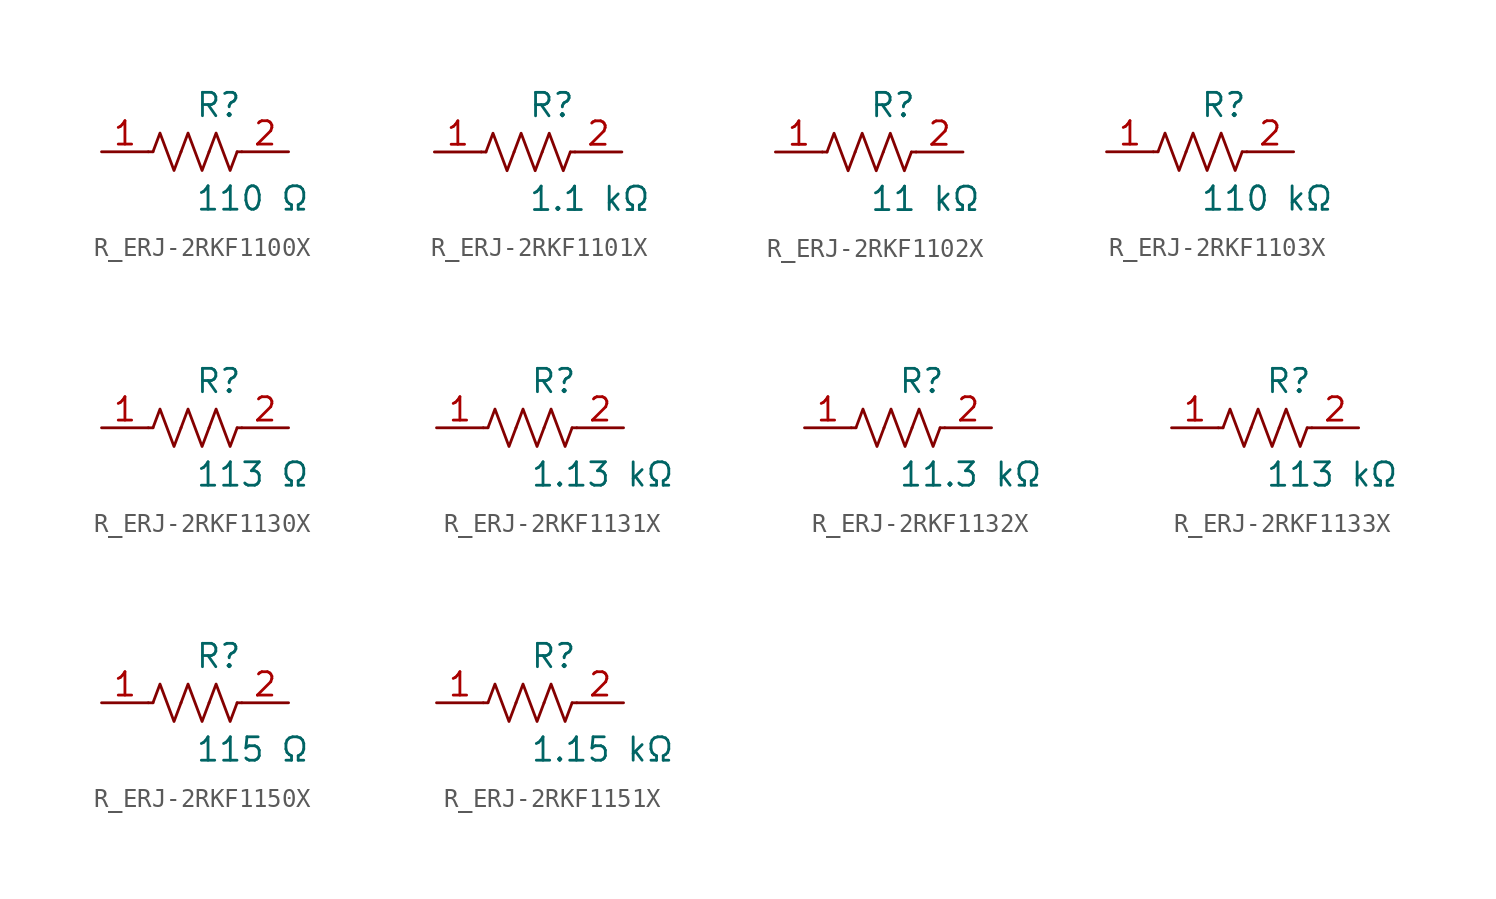
<source format=kicad_sym>
(kicad_symbol_lib
  (version 20231120)
  (generator kicad_symbol_editor)
  (generator_version 8.0)
  (symbol "R_ERJ-2RKF1100X"
    (pin_names
      (offset 0.254))
    (property "Reference" "R"
      (at 0 2.54 0)
      (effects (font (size 1.27 1.27)) (justify left)))
    (property "Value" "110 Ω"
      (at 0 -2.54 0)
      (effects (font (size 1.27 1.27)) (justify left)))
    (symbol "R_ERJ-2RKF1100X_0_1"
      (polyline (pts (xy 2.286 0) (xy 2.54 0)) (stroke (width 0) (type default)) (fill (type none)))
      (polyline (pts (xy -2.286 0) (xy -2.54 0)) (stroke (width 0) (type default)) (fill (type none)))
      (polyline (pts (xy 0.762 0) (xy 1.143 1.016) (xy 1.524 0) (xy 1.905 -1.016) (xy 2.286 0)) (stroke (width 0) (type default)) (fill (type none)))
      (polyline (pts (xy -0.762 0) (xy -0.381 1.016) (xy 0 0) (xy 0.381 -1.016) (xy 0.762 0)) (stroke (width 0) (type default)) (fill (type none)))
      (polyline (pts (xy -2.286 0) (xy -1.905 1.016) (xy -1.524 0) (xy -1.143 -1.016) (xy -0.762 0)) (stroke (width 0) (type default)) (fill (type none))))
    (pin unspecified line
      (at -5.08 0 0)
      (length 2.54)
      (name "" (effects (font (size 1.27 1.27))))
      (number "1" (effects (font (size 1.27 1.27)))))
    (pin unspecified line
      (at 5.08 0 180)
      (length 2.54)
      (name "" (effects (font (size 1.27 1.27))))
      (number "2" (effects (font (size 1.27 1.27))))))
  (symbol "R_ERJ-2RKF1101X"
    (pin_names
      (offset 0.254))
    (property "Reference" "R"
      (at 0 2.54 0)
      (effects (font (size 1.27 1.27)) (justify left)))
    (property "Value" "1.1 kΩ"
      (at 0 -2.54 0)
      (effects (font (size 1.27 1.27)) (justify left)))
    (symbol "R_ERJ-2RKF1101X_0_1"
      (polyline (pts (xy 2.286 0) (xy 2.54 0)) (stroke (width 0) (type default)) (fill (type none)))
      (polyline (pts (xy -2.286 0) (xy -2.54 0)) (stroke (width 0) (type default)) (fill (type none)))
      (polyline (pts (xy 0.762 0) (xy 1.143 1.016) (xy 1.524 0) (xy 1.905 -1.016) (xy 2.286 0)) (stroke (width 0) (type default)) (fill (type none)))
      (polyline (pts (xy -0.762 0) (xy -0.381 1.016) (xy 0 0) (xy 0.381 -1.016) (xy 0.762 0)) (stroke (width 0) (type default)) (fill (type none)))
      (polyline (pts (xy -2.286 0) (xy -1.905 1.016) (xy -1.524 0) (xy -1.143 -1.016) (xy -0.762 0)) (stroke (width 0) (type default)) (fill (type none))))
    (pin unspecified line
      (at -5.08 0 0)
      (length 2.54)
      (name "" (effects (font (size 1.27 1.27))))
      (number "1" (effects (font (size 1.27 1.27)))))
    (pin unspecified line
      (at 5.08 0 180)
      (length 2.54)
      (name "" (effects (font (size 1.27 1.27))))
      (number "2" (effects (font (size 1.27 1.27))))))
  (symbol "R_ERJ-2RKF1102X"
    (pin_names
      (offset 0.254))
    (property "Reference" "R"
      (at 0 2.54 0)
      (effects (font (size 1.27 1.27)) (justify left)))
    (property "Value" "11 kΩ"
      (at 0 -2.54 0)
      (effects (font (size 1.27 1.27)) (justify left)))
    (symbol "R_ERJ-2RKF1102X_0_1"
      (polyline (pts (xy 2.286 0) (xy 2.54 0)) (stroke (width 0) (type default)) (fill (type none)))
      (polyline (pts (xy -2.286 0) (xy -2.54 0)) (stroke (width 0) (type default)) (fill (type none)))
      (polyline (pts (xy 0.762 0) (xy 1.143 1.016) (xy 1.524 0) (xy 1.905 -1.016) (xy 2.286 0)) (stroke (width 0) (type default)) (fill (type none)))
      (polyline (pts (xy -0.762 0) (xy -0.381 1.016) (xy 0 0) (xy 0.381 -1.016) (xy 0.762 0)) (stroke (width 0) (type default)) (fill (type none)))
      (polyline (pts (xy -2.286 0) (xy -1.905 1.016) (xy -1.524 0) (xy -1.143 -1.016) (xy -0.762 0)) (stroke (width 0) (type default)) (fill (type none))))
    (pin unspecified line
      (at -5.08 0 0)
      (length 2.54)
      (name "" (effects (font (size 1.27 1.27))))
      (number "1" (effects (font (size 1.27 1.27)))))
    (pin unspecified line
      (at 5.08 0 180)
      (length 2.54)
      (name "" (effects (font (size 1.27 1.27))))
      (number "2" (effects (font (size 1.27 1.27))))))
  (symbol "R_ERJ-2RKF1103X"
    (pin_names
      (offset 0.254))
    (property "Reference" "R"
      (at 0 2.54 0)
      (effects (font (size 1.27 1.27)) (justify left)))
    (property "Value" "110 kΩ"
      (at 0 -2.54 0)
      (effects (font (size 1.27 1.27)) (justify left)))
    (symbol "R_ERJ-2RKF1103X_0_1"
      (polyline (pts (xy 2.286 0) (xy 2.54 0)) (stroke (width 0) (type default)) (fill (type none)))
      (polyline (pts (xy -2.286 0) (xy -2.54 0)) (stroke (width 0) (type default)) (fill (type none)))
      (polyline (pts (xy 0.762 0) (xy 1.143 1.016) (xy 1.524 0) (xy 1.905 -1.016) (xy 2.286 0)) (stroke (width 0) (type default)) (fill (type none)))
      (polyline (pts (xy -0.762 0) (xy -0.381 1.016) (xy 0 0) (xy 0.381 -1.016) (xy 0.762 0)) (stroke (width 0) (type default)) (fill (type none)))
      (polyline (pts (xy -2.286 0) (xy -1.905 1.016) (xy -1.524 0) (xy -1.143 -1.016) (xy -0.762 0)) (stroke (width 0) (type default)) (fill (type none))))
    (pin unspecified line
      (at -5.08 0 0)
      (length 2.54)
      (name "" (effects (font (size 1.27 1.27))))
      (number "1" (effects (font (size 1.27 1.27)))))
    (pin unspecified line
      (at 5.08 0 180)
      (length 2.54)
      (name "" (effects (font (size 1.27 1.27))))
      (number "2" (effects (font (size 1.27 1.27))))))
  (symbol "R_ERJ-2RKF1130X"
    (pin_names
      (offset 0.254))
    (property "Reference" "R"
      (at 0 2.54 0)
      (effects (font (size 1.27 1.27)) (justify left)))
    (property "Value" "113 Ω"
      (at 0 -2.54 0)
      (effects (font (size 1.27 1.27)) (justify left)))
    (symbol "R_ERJ-2RKF1130X_0_1"
      (polyline (pts (xy 2.286 0) (xy 2.54 0)) (stroke (width 0) (type default)) (fill (type none)))
      (polyline (pts (xy -2.286 0) (xy -2.54 0)) (stroke (width 0) (type default)) (fill (type none)))
      (polyline (pts (xy 0.762 0) (xy 1.143 1.016) (xy 1.524 0) (xy 1.905 -1.016) (xy 2.286 0)) (stroke (width 0) (type default)) (fill (type none)))
      (polyline (pts (xy -0.762 0) (xy -0.381 1.016) (xy 0 0) (xy 0.381 -1.016) (xy 0.762 0)) (stroke (width 0) (type default)) (fill (type none)))
      (polyline (pts (xy -2.286 0) (xy -1.905 1.016) (xy -1.524 0) (xy -1.143 -1.016) (xy -0.762 0)) (stroke (width 0) (type default)) (fill (type none))))
    (pin unspecified line
      (at -5.08 0 0)
      (length 2.54)
      (name "" (effects (font (size 1.27 1.27))))
      (number "1" (effects (font (size 1.27 1.27)))))
    (pin unspecified line
      (at 5.08 0 180)
      (length 2.54)
      (name "" (effects (font (size 1.27 1.27))))
      (number "2" (effects (font (size 1.27 1.27))))))
  (symbol "R_ERJ-2RKF1131X"
    (pin_names
      (offset 0.254))
    (property "Reference" "R"
      (at 0 2.54 0)
      (effects (font (size 1.27 1.27)) (justify left)))
    (property "Value" "1.13 kΩ"
      (at 0 -2.54 0)
      (effects (font (size 1.27 1.27)) (justify left)))
    (symbol "R_ERJ-2RKF1131X_0_1"
      (polyline (pts (xy 2.286 0) (xy 2.54 0)) (stroke (width 0) (type default)) (fill (type none)))
      (polyline (pts (xy -2.286 0) (xy -2.54 0)) (stroke (width 0) (type default)) (fill (type none)))
      (polyline (pts (xy 0.762 0) (xy 1.143 1.016) (xy 1.524 0) (xy 1.905 -1.016) (xy 2.286 0)) (stroke (width 0) (type default)) (fill (type none)))
      (polyline (pts (xy -0.762 0) (xy -0.381 1.016) (xy 0 0) (xy 0.381 -1.016) (xy 0.762 0)) (stroke (width 0) (type default)) (fill (type none)))
      (polyline (pts (xy -2.286 0) (xy -1.905 1.016) (xy -1.524 0) (xy -1.143 -1.016) (xy -0.762 0)) (stroke (width 0) (type default)) (fill (type none))))
    (pin unspecified line
      (at -5.08 0 0)
      (length 2.54)
      (name "" (effects (font (size 1.27 1.27))))
      (number "1" (effects (font (size 1.27 1.27)))))
    (pin unspecified line
      (at 5.08 0 180)
      (length 2.54)
      (name "" (effects (font (size 1.27 1.27))))
      (number "2" (effects (font (size 1.27 1.27))))))
  (symbol "R_ERJ-2RKF1132X"
    (pin_names
      (offset 0.254))
    (property "Reference" "R"
      (at 0 2.54 0)
      (effects (font (size 1.27 1.27)) (justify left)))
    (property "Value" "11.3 kΩ"
      (at 0 -2.54 0)
      (effects (font (size 1.27 1.27)) (justify left)))
    (symbol "R_ERJ-2RKF1132X_0_1"
      (polyline (pts (xy 2.286 0) (xy 2.54 0)) (stroke (width 0) (type default)) (fill (type none)))
      (polyline (pts (xy -2.286 0) (xy -2.54 0)) (stroke (width 0) (type default)) (fill (type none)))
      (polyline (pts (xy 0.762 0) (xy 1.143 1.016) (xy 1.524 0) (xy 1.905 -1.016) (xy 2.286 0)) (stroke (width 0) (type default)) (fill (type none)))
      (polyline (pts (xy -0.762 0) (xy -0.381 1.016) (xy 0 0) (xy 0.381 -1.016) (xy 0.762 0)) (stroke (width 0) (type default)) (fill (type none)))
      (polyline (pts (xy -2.286 0) (xy -1.905 1.016) (xy -1.524 0) (xy -1.143 -1.016) (xy -0.762 0)) (stroke (width 0) (type default)) (fill (type none))))
    (pin unspecified line
      (at -5.08 0 0)
      (length 2.54)
      (name "" (effects (font (size 1.27 1.27))))
      (number "1" (effects (font (size 1.27 1.27)))))
    (pin unspecified line
      (at 5.08 0 180)
      (length 2.54)
      (name "" (effects (font (size 1.27 1.27))))
      (number "2" (effects (font (size 1.27 1.27))))))
  (symbol "R_ERJ-2RKF1133X"
    (pin_names
      (offset 0.254))
    (property "Reference" "R"
      (at 0 2.54 0)
      (effects (font (size 1.27 1.27)) (justify left)))
    (property "Value" "113 kΩ"
      (at 0 -2.54 0)
      (effects (font (size 1.27 1.27)) (justify left)))
    (symbol "R_ERJ-2RKF1133X_0_1"
      (polyline (pts (xy 2.286 0) (xy 2.54 0)) (stroke (width 0) (type default)) (fill (type none)))
      (polyline (pts (xy -2.286 0) (xy -2.54 0)) (stroke (width 0) (type default)) (fill (type none)))
      (polyline (pts (xy 0.762 0) (xy 1.143 1.016) (xy 1.524 0) (xy 1.905 -1.016) (xy 2.286 0)) (stroke (width 0) (type default)) (fill (type none)))
      (polyline (pts (xy -0.762 0) (xy -0.381 1.016) (xy 0 0) (xy 0.381 -1.016) (xy 0.762 0)) (stroke (width 0) (type default)) (fill (type none)))
      (polyline (pts (xy -2.286 0) (xy -1.905 1.016) (xy -1.524 0) (xy -1.143 -1.016) (xy -0.762 0)) (stroke (width 0) (type default)) (fill (type none))))
    (pin unspecified line
      (at -5.08 0 0)
      (length 2.54)
      (name "" (effects (font (size 1.27 1.27))))
      (number "1" (effects (font (size 1.27 1.27)))))
    (pin unspecified line
      (at 5.08 0 180)
      (length 2.54)
      (name "" (effects (font (size 1.27 1.27))))
      (number "2" (effects (font (size 1.27 1.27))))))
  (symbol "R_ERJ-2RKF1150X"
    (pin_names
      (offset 0.254))
    (property "Reference" "R"
      (at 0 2.54 0)
      (effects (font (size 1.27 1.27)) (justify left)))
    (property "Value" "115 Ω"
      (at 0 -2.54 0)
      (effects (font (size 1.27 1.27)) (justify left)))
    (symbol "R_ERJ-2RKF1150X_0_1"
      (polyline (pts (xy 2.286 0) (xy 2.54 0)) (stroke (width 0) (type default)) (fill (type none)))
      (polyline (pts (xy -2.286 0) (xy -2.54 0)) (stroke (width 0) (type default)) (fill (type none)))
      (polyline (pts (xy 0.762 0) (xy 1.143 1.016) (xy 1.524 0) (xy 1.905 -1.016) (xy 2.286 0)) (stroke (width 0) (type default)) (fill (type none)))
      (polyline (pts (xy -0.762 0) (xy -0.381 1.016) (xy 0 0) (xy 0.381 -1.016) (xy 0.762 0)) (stroke (width 0) (type default)) (fill (type none)))
      (polyline (pts (xy -2.286 0) (xy -1.905 1.016) (xy -1.524 0) (xy -1.143 -1.016) (xy -0.762 0)) (stroke (width 0) (type default)) (fill (type none))))
    (pin unspecified line
      (at -5.08 0 0)
      (length 2.54)
      (name "" (effects (font (size 1.27 1.27))))
      (number "1" (effects (font (size 1.27 1.27)))))
    (pin unspecified line
      (at 5.08 0 180)
      (length 2.54)
      (name "" (effects (font (size 1.27 1.27))))
      (number "2" (effects (font (size 1.27 1.27))))))
  (symbol "R_ERJ-2RKF1151X"
    (pin_names
      (offset 0.254))
    (property "Reference" "R"
      (at 0 2.54 0)
      (effects (font (size 1.27 1.27)) (justify left)))
    (property "Value" "1.15 kΩ"
      (at 0 -2.54 0)
      (effects (font (size 1.27 1.27)) (justify left)))
    (symbol "R_ERJ-2RKF1151X_0_1"
      (polyline (pts (xy 2.286 0) (xy 2.54 0)) (stroke (width 0) (type default)) (fill (type none)))
      (polyline (pts (xy -2.286 0) (xy -2.54 0)) (stroke (width 0) (type default)) (fill (type none)))
      (polyline (pts (xy 0.762 0) (xy 1.143 1.016) (xy 1.524 0) (xy 1.905 -1.016) (xy 2.286 0)) (stroke (width 0) (type default)) (fill (type none)))
      (polyline (pts (xy -0.762 0) (xy -0.381 1.016) (xy 0 0) (xy 0.381 -1.016) (xy 0.762 0)) (stroke (width 0) (type default)) (fill (type none)))
      (polyline (pts (xy -2.286 0) (xy -1.905 1.016) (xy -1.524 0) (xy -1.143 -1.016) (xy -0.762 0)) (stroke (width 0) (type default)) (fill (type none))))
    (pin unspecified line
      (at -5.08 0 0)
      (length 2.54)
      (name "" (effects (font (size 1.27 1.27))))
      (number "1" (effects (font (size 1.27 1.27)))))
    (pin unspecified line
      (at 5.08 0 180)
      (length 2.54)
      (name "" (effects (font (size 1.27 1.27))))
      (number "2" (effects (font (size 1.27 1.27)))))))
</source>
